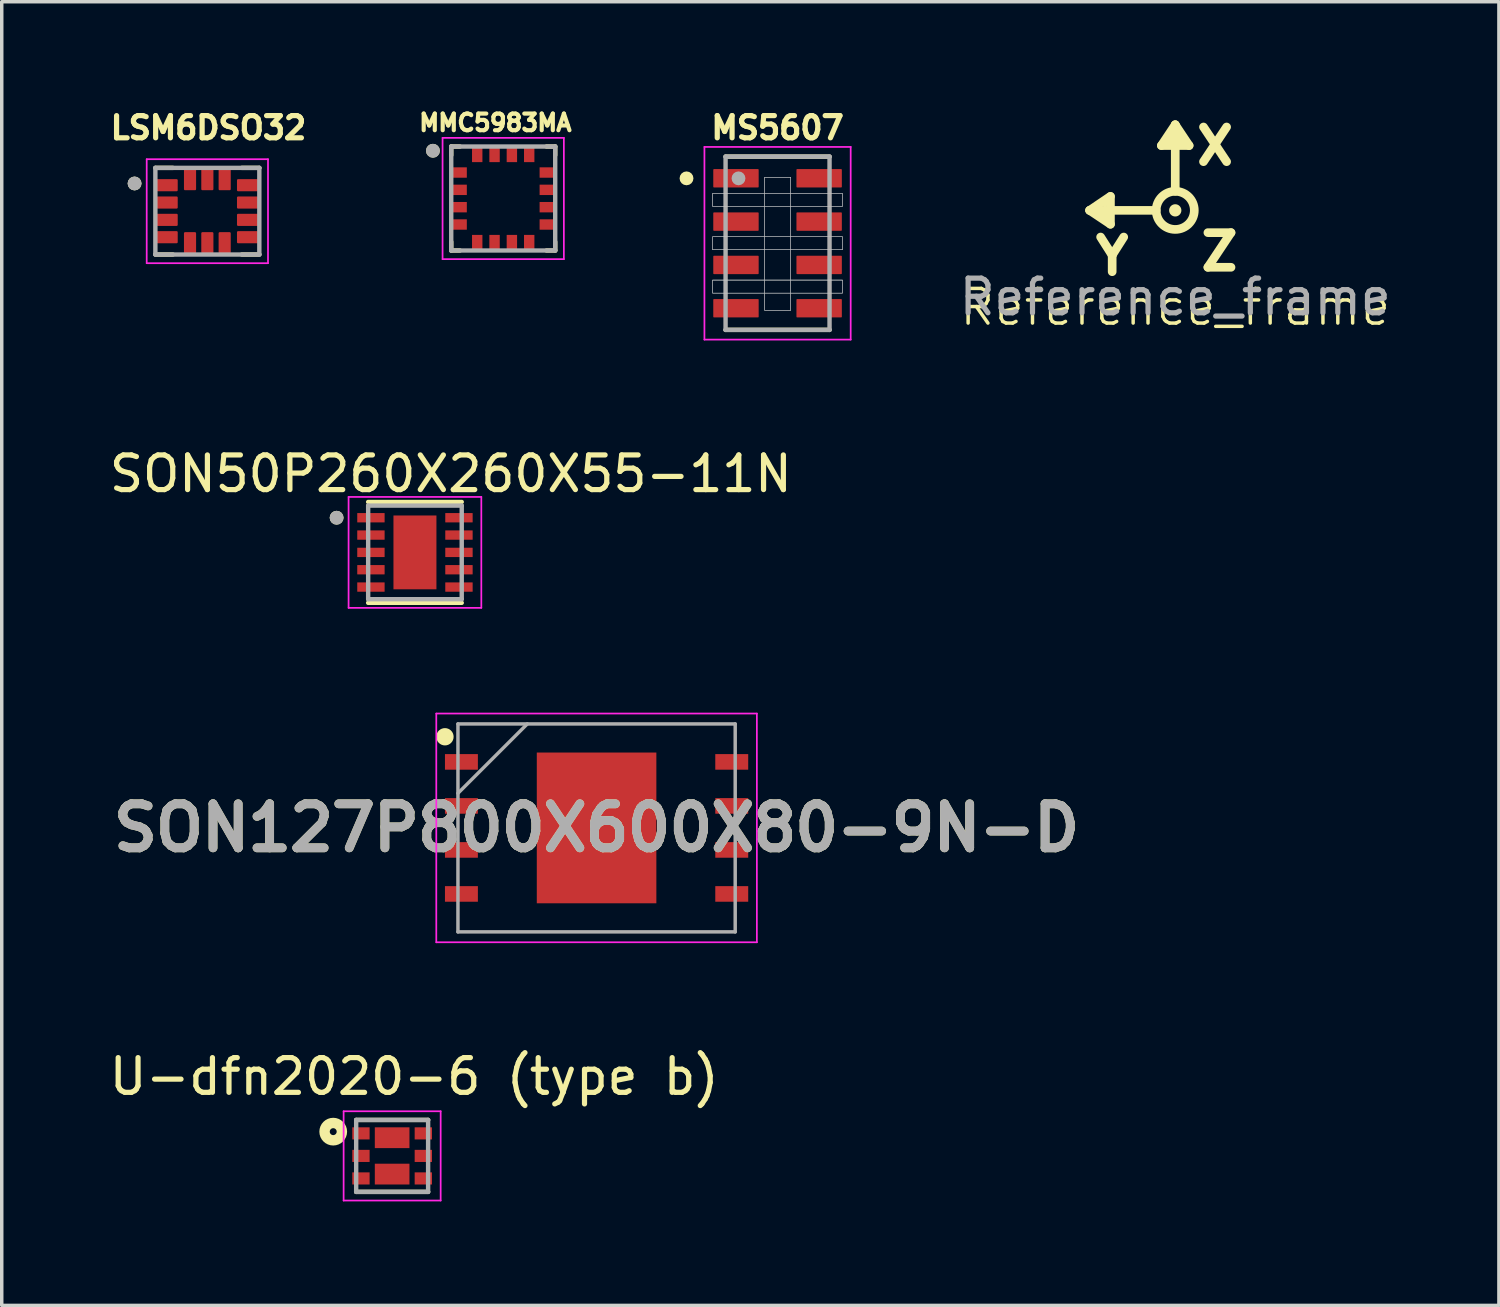
<source format=kicad_pcb>
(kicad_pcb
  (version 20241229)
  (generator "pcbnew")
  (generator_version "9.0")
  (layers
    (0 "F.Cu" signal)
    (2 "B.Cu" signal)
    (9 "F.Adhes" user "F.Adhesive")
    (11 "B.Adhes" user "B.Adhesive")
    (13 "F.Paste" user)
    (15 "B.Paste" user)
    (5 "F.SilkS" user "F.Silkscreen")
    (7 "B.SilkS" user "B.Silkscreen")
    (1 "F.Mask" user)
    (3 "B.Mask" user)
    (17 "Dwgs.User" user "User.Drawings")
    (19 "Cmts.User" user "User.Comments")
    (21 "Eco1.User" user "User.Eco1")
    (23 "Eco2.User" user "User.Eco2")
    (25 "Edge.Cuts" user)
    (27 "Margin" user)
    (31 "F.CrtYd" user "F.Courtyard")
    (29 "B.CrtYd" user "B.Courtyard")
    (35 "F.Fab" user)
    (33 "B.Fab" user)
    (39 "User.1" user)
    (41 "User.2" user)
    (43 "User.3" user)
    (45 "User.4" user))
  (footprint "SON127P800X600X80-9N-D"
    (layer "F.Cu")
    (at 14.164 20.839)
    (property "Reference" "SON127P800X600X80-9N-D" (at 0 0 0) (layer "F.SilkS") (effects (font (size 1.27 1.27) (thickness 0.254))))
    (attr smd)
    (fp_circle (center -4.375 -2.63) (end -4.375 -2.505) (stroke (width 0.25) (type solid)) (fill no) (layer "F.SilkS"))
    (fp_line (start -4.625 -3.3) (end 4.625 -3.3) (stroke (width 0.05) (type solid)) (layer "F.CrtYd"))
    (fp_line (start -4.625 3.3) (end -4.625 -3.3) (stroke (width 0.05) (type solid)) (layer "F.CrtYd"))
    (fp_line (start 4.625 -3.3) (end 4.625 3.3) (stroke (width 0.05) (type solid)) (layer "F.CrtYd"))
    (fp_line (start 4.625 3.3) (end -4.625 3.3) (stroke (width 0.05) (type solid)) (layer "F.CrtYd"))
    (fp_line (start -4 -3) (end 4 -3) (stroke (width 0.1) (type solid)) (layer "F.Fab"))
    (fp_line (start -4 -1) (end -2 -3) (stroke (width 0.1) (type solid)) (layer "F.Fab"))
    (fp_line (start -4 3) (end -4 -3) (stroke (width 0.1) (type solid)) (layer "F.Fab"))
    (fp_line (start 4 -3) (end 4 3) (stroke (width 0.1) (type solid)) (layer "F.Fab"))
    (fp_line (start 4 3) (end -4 3) (stroke (width 0.1) (type solid)) (layer "F.Fab"))
    (fp_text user "${REFERENCE}" (at 0 0 0) (layer "F.Fab") (effects (font (size 1.27 1.27) (thickness 0.254))))
    (pad "1" smd rect (at -3.9 -1.905 90) (size 0.45 0.95) (layers "F.Cu" "F.Mask" "F.Paste"))
    (pad "2" smd rect (at -3.9 -0.635 90) (size 0.45 0.95) (layers "F.Cu" "F.Mask" "F.Paste"))
    (pad "3" smd rect (at -3.9 0.635 90) (size 0.45 0.95) (layers "F.Cu" "F.Mask" "F.Paste"))
    (pad "4" smd rect (at -3.9 1.905 90) (size 0.45 0.95) (layers "F.Cu" "F.Mask" "F.Paste"))
    (pad "5" smd rect (at 3.9 1.905 90) (size 0.45 0.95) (layers "F.Cu" "F.Mask" "F.Paste"))
    (pad "6" smd rect (at 3.9 0.635 90) (size 0.45 0.95) (layers "F.Cu" "F.Mask" "F.Paste"))
    (pad "7" smd rect (at 3.9 -0.635 90) (size 0.45 0.95) (layers "F.Cu" "F.Mask" "F.Paste"))
    (pad "8" smd rect (at 3.9 -1.905 90) (size 0.45 0.95) (layers "F.Cu" "F.Mask" "F.Paste"))
    (pad "9" smd rect (at 0 0) (size 3.45 4.35) (layers "F.Cu" "F.Mask" "F.Paste")))
  (footprint "SON50P260X260X55-11N"
    (layer "F.Cu")
    (at 8.923 12.889)
    (property "Reference" "SON50P260X260X55-11N" (at 1.035 -2.267 0) (layer "F.SilkS") (effects (font (size 1 1) (thickness 0.15))))
    (attr through_hole)
    (fp_line (start -1.35 -1.455) (end 1.35 -1.455) (stroke (width 0.127) (type solid)) (layer "F.SilkS"))
    (fp_line (start -1.35 1.455) (end 1.35 1.455) (stroke (width 0.127) (type solid)) (layer "F.SilkS"))
    (fp_circle (center -2.26 -1) (end -2.16 -1) (stroke (width 0.2) (type solid)) (fill no) (layer "F.SilkS"))
    (fp_poly (pts (xy -0.39 -0.67) (xy 0.39 -0.67) (xy 0.39 0.67) (xy -0.39 0.67)) (stroke (width 0.01) (type solid)) (fill yes) (layer "F.Paste"))
    (fp_line (start -1.915 -1.6) (end -1.915 1.6) (stroke (width 0.05) (type solid)) (layer "F.CrtYd"))
    (fp_line (start -1.915 -1.6) (end 1.915 -1.6) (stroke (width 0.05) (type solid)) (layer "F.CrtYd"))
    (fp_line (start -1.915 1.6) (end 1.915 1.6) (stroke (width 0.05) (type solid)) (layer "F.CrtYd"))
    (fp_line (start 1.915 -1.6) (end 1.915 1.6) (stroke (width 0.05) (type solid)) (layer "F.CrtYd"))
    (fp_line (start -1.35 -1.35) (end -1.35 1.35) (stroke (width 0.127) (type solid)) (layer "F.Fab"))
    (fp_line (start -1.35 -1.35) (end 1.35 -1.35) (stroke (width 0.127) (type solid)) (layer "F.Fab"))
    (fp_line (start -1.35 1.35) (end 1.35 1.35) (stroke (width 0.127) (type solid)) (layer "F.Fab"))
    (fp_line (start 1.35 -1.35) (end 1.35 1.35) (stroke (width 0.127) (type solid)) (layer "F.Fab"))
    (fp_circle (center -2.26 -1) (end -2.16 -1) (stroke (width 0.2) (type solid)) (fill no) (layer "F.Fab"))
    (pad "1" smd roundrect (at -1.27 -1) (size 0.79 0.27) (layers "F.Cu" "F.Mask" "F.Paste") (roundrect_rratio 0.03))
    (pad "2" smd roundrect (at -1.27 -0.5) (size 0.79 0.27) (layers "F.Cu" "F.Mask" "F.Paste") (roundrect_rratio 0.03))
    (pad "3" smd roundrect (at -1.27 0) (size 0.79 0.27) (layers "F.Cu" "F.Mask" "F.Paste") (roundrect_rratio 0.03))
    (pad "4" smd roundrect (at -1.27 0.5) (size 0.79 0.27) (layers "F.Cu" "F.Mask" "F.Paste") (roundrect_rratio 0.03))
    (pad "5" smd roundrect (at -1.27 1) (size 0.79 0.27) (layers "F.Cu" "F.Mask" "F.Paste") (roundrect_rratio 0.03))
    (pad "6" smd roundrect (at 1.27 1) (size 0.79 0.27) (layers "F.Cu" "F.Mask" "F.Paste") (roundrect_rratio 0.03))
    (pad "7" smd roundrect (at 1.27 0.5) (size 0.79 0.27) (layers "F.Cu" "F.Mask" "F.Paste") (roundrect_rratio 0.03))
    (pad "8" smd roundrect (at 1.27 0) (size 0.79 0.27) (layers "F.Cu" "F.Mask" "F.Paste") (roundrect_rratio 0.03))
    (pad "9" smd roundrect (at 1.27 -0.5) (size 0.79 0.27) (layers "F.Cu" "F.Mask" "F.Paste") (roundrect_rratio 0.03))
    (pad "10" smd roundrect (at 1.27 -1) (size 0.79 0.27) (layers "F.Cu" "F.Mask" "F.Paste") (roundrect_rratio 0.03))
    (pad "11" smd rect (at 0 0) (size 1.24 2.13) (layers "F.Cu" "F.Mask")))
  (footprint "MMC5983MA"
    (layer "F.Cu")
    (at 11.47 2.678)
    (property "Reference" "MMC5983MA" (at -0.226 -2.187 0) (layer "F.SilkS") (effects (font (size 0.48 0.48) (thickness 0.15))))
    (attr through_hole)
    (fp_line (start -1.5 -1.5) (end -1.25 -1.5) (stroke (width 0.127) (type solid)) (layer "F.SilkS"))
    (fp_line (start -1.5 -1.25) (end -1.5 -1.5) (stroke (width 0.127) (type solid)) (layer "F.SilkS"))
    (fp_line (start -1.5 1.5) (end -1.5 1.25) (stroke (width 0.127) (type solid)) (layer "F.SilkS"))
    (fp_line (start -1.25 1.5) (end -1.5 1.5) (stroke (width 0.127) (type solid)) (layer "F.SilkS"))
    (fp_line (start 1.25 -1.5) (end 1.5 -1.5) (stroke (width 0.127) (type solid)) (layer "F.SilkS"))
    (fp_line (start 1.5 -1.5) (end 1.5 -1.25) (stroke (width 0.127) (type solid)) (layer "F.SilkS"))
    (fp_line (start 1.5 1.25) (end 1.5 1.5) (stroke (width 0.127) (type solid)) (layer "F.SilkS"))
    (fp_line (start 1.5 1.5) (end 1.25 1.5) (stroke (width 0.127) (type solid)) (layer "F.SilkS"))
    (fp_circle (center -2.028 -1.378) (end -1.928 -1.378) (stroke (width 0.2) (type solid)) (fill no) (layer "F.SilkS"))
    (fp_line (start -1.75 -1.75) (end 1.75 -1.75) (stroke (width 0.05) (type solid)) (layer "F.CrtYd"))
    (fp_line (start -1.75 1.75) (end -1.75 -1.75) (stroke (width 0.05) (type solid)) (layer "F.CrtYd"))
    (fp_line (start 1.75 -1.75) (end 1.75 1.75) (stroke (width 0.05) (type solid)) (layer "F.CrtYd"))
    (fp_line (start 1.75 1.75) (end -1.75 1.75) (stroke (width 0.05) (type solid)) (layer "F.CrtYd"))
    (fp_line (start -1.5 -1.5) (end 1.5 -1.5) (stroke (width 0.127) (type solid)) (layer "F.Fab"))
    (fp_line (start -1.5 1.5) (end -1.5 -1.5) (stroke (width 0.127) (type solid)) (layer "F.Fab"))
    (fp_line (start 1.5 -1.5) (end 1.5 1.5) (stroke (width 0.127) (type solid)) (layer "F.Fab"))
    (fp_line (start 1.5 1.5) (end -1.5 1.5) (stroke (width 0.127) (type solid)) (layer "F.Fab"))
    (fp_circle (center -2.028 -1.378) (end -1.928 -1.378) (stroke (width 0.2) (type solid)) (fill no) (layer "F.Fab"))
    (pad "1" smd rect (at -1.275 -0.75) (size 0.45 0.3) (layers "F.Cu" "F.Mask" "F.Paste"))
    (pad "2" smd rect (at -1.275 -0.25) (size 0.45 0.3) (layers "F.Cu" "F.Mask" "F.Paste"))
    (pad "3" smd rect (at -1.275 0.25) (size 0.45 0.3) (layers "F.Cu" "F.Mask" "F.Paste"))
    (pad "4" smd rect (at -1.275 0.75) (size 0.45 0.3) (layers "F.Cu" "F.Mask" "F.Paste"))
    (pad "5" smd rect (at -0.75 1.275) (size 0.3 0.45) (layers "F.Cu" "F.Mask" "F.Paste"))
    (pad "6" smd rect (at -0.25 1.275) (size 0.3 0.45) (layers "F.Cu" "F.Mask" "F.Paste"))
    (pad "7" smd rect (at 0.25 1.275) (size 0.3 0.45) (layers "F.Cu" "F.Mask" "F.Paste"))
    (pad "8" smd rect (at 0.75 1.275) (size 0.3 0.45) (layers "F.Cu" "F.Mask" "F.Paste"))
    (pad "9" smd rect (at 1.275 0.75) (size 0.45 0.3) (layers "F.Cu" "F.Mask" "F.Paste"))
    (pad "10" smd rect (at 1.275 0.25) (size 0.45 0.3) (layers "F.Cu" "F.Mask" "F.Paste"))
    (pad "11" smd rect (at 1.275 -0.25) (size 0.45 0.3) (layers "F.Cu" "F.Mask" "F.Paste"))
    (pad "12" smd rect (at 1.275 -0.75) (size 0.45 0.3) (layers "F.Cu" "F.Mask" "F.Paste"))
    (pad "13" smd rect (at 0.75 -1.275) (size 0.3 0.45) (layers "F.Cu" "F.Mask" "F.Paste"))
    (pad "14" smd rect (at 0.25 -1.275) (size 0.3 0.45) (layers "F.Cu" "F.Mask" "F.Paste"))
    (pad "15" smd rect (at -0.25 -1.275) (size 0.3 0.45) (layers "F.Cu" "F.Mask" "F.Paste"))
    (pad "16" smd rect (at -0.75 -1.275) (size 0.3 0.45) (layers "F.Cu" "F.Mask" "F.Paste")))
  (footprint "U-dfn2020-6 (type b)"
    (layer "F.Cu")
    (at 8.265 30.303)
    (property "Reference" "U-dfn2020-6 (type b)" (at 0.636 -2.29 0) (layer "F.SilkS") (effects (font (size 1.002 1.002) (thickness 0.15))))
    (attr through_hole)
    (fp_line (start -1.038 -1.038) (end 1.038 -1.038) (stroke (width 0.127) (type solid)) (layer "F.SilkS"))
    (fp_line (start 1.038 1.038) (end -1.038 1.038) (stroke (width 0.127) (type solid)) (layer "F.SilkS"))
    (fp_circle (center -1.7 -0.7) (end -1.6 -0.7) (stroke (width 0.3) (type solid)) (fill no) (layer "F.SilkS"))
    (fp_line (start -1.4 -1.288) (end 1.4 -1.288) (stroke (width 0.05) (type solid)) (layer "F.CrtYd"))
    (fp_line (start -1.4 1.288) (end -1.4 -1.288) (stroke (width 0.05) (type solid)) (layer "F.CrtYd"))
    (fp_line (start 1.4 -1.288) (end 1.4 1.288) (stroke (width 0.05) (type solid)) (layer "F.CrtYd"))
    (fp_line (start 1.4 1.288) (end -1.4 1.288) (stroke (width 0.05) (type solid)) (layer "F.CrtYd"))
    (fp_line (start -1.038 -1.038) (end 1.038 -1.038) (stroke (width 0.127) (type solid)) (layer "F.Fab"))
    (fp_line (start -1.038 1.038) (end -1.038 -1.038) (stroke (width 0.127) (type solid)) (layer "F.Fab"))
    (fp_line (start 1.038 -1.038) (end 1.038 1.038) (stroke (width 0.127) (type solid)) (layer "F.Fab"))
    (fp_line (start 1.038 1.038) (end -1.038 1.038) (stroke (width 0.127) (type solid)) (layer "F.Fab"))
    (pad "1" smd rect (at -0.9 -0.65) (size 0.5 0.35) (layers "F.Cu" "F.Mask" "F.Paste"))
    (pad "2" smd rect (at -0.9 0) (size 0.5 0.35) (layers "F.Cu" "F.Mask" "F.Paste"))
    (pad "3" smd rect (at -0.9 0.65) (size 0.5 0.35) (layers "F.Cu" "F.Mask" "F.Paste"))
    (pad "4" smd rect (at 0.9 0.65) (size 0.5 0.35) (layers "F.Cu" "F.Mask" "F.Paste"))
    (pad "5" smd rect (at 0.9 0) (size 0.5 0.35) (layers "F.Cu" "F.Mask" "F.Paste"))
    (pad "6" smd rect (at 0.9 -0.65) (size 0.5 0.35) (layers "F.Cu" "F.Mask" "F.Paste"))
    (pad "7" smd rect (at 0 -0.525 270) (size 0.6 1) (layers "F.Cu" "F.Mask" "F.Paste"))
    (pad "8" smd rect (at 0 0.525 270) (size 0.6 1) (layers "F.Cu" "F.Mask" "F.Paste")))
  (footprint "Reference_frame"
    (layer "F.Cu")
    (at 30.861 3.02)
    (property "Reference" "Reference_frame" (at 0 2.794 0) (unlocked yes) (layer "F.SilkS") (effects (font (size 1 1) (thickness 0.1))))
    (attr smd)
    (fp_line (start -2.47 0) (end -1.87 -0.405) (stroke (width 0.25) (type solid)) (layer "F.SilkS"))
    (fp_line (start -1.905 0.381) (end -2.105 -0.019) (stroke (width 0.15) (type default)) (layer "F.SilkS"))
    (fp_line (start -1.87 -0.4) (end -2.032 -0.127) (stroke (width 0.1) (type default)) (layer "F.SilkS"))
    (fp_line (start -1.87 -0.4) (end -1.87 0.4) (stroke (width 0.25) (type solid)) (layer "F.SilkS"))
    (fp_line (start -1.87 0.4) (end -2.47 0) (stroke (width 0.25) (type solid)) (layer "F.SilkS"))
    (fp_line (start -0.55 0) (end -2.47 0) (stroke (width 0.25) (type solid)) (layer "F.SilkS"))
    (fp_line (start -0.4 -1.87) (end 0 -2.07) (stroke (width 0.15) (type default)) (layer "F.SilkS"))
    (fp_line (start -0.4 -1.87) (end 0.4 -1.87) (stroke (width 0.25) (type solid)) (layer "F.SilkS"))
    (fp_line (start 0 -2.47) (end -0.4 -1.87) (stroke (width 0.25) (type solid)) (layer "F.SilkS"))
    (fp_line (start 0 -2.47) (end 0 -0.55) (stroke (width 0.25) (type solid)) (layer "F.SilkS"))
    (fp_line (start 0 -2.07) (end 0.4 -1.87) (stroke (width 0.15) (type default)) (layer "F.SilkS"))
    (fp_line (start 0.4 -1.87) (end 0 -2.47) (stroke (width 0.25) (type solid)) (layer "F.SilkS"))
    (fp_circle (center 0 0) (end 0.127 0) (stroke (width 0.1) (type solid)) (fill yes) (layer "F.SilkS"))
    (fp_circle (center 0 0) (end 0.55 0) (stroke (width 0.25) (type solid)) (fill no) (layer "F.SilkS"))
    (fp_text user "Y" (at -2.413 1.905 0) (unlocked yes) (layer "F.SilkS") (effects (font (size 1 1) (thickness 0.25) (bold yes)) (justify left bottom)))
    (fp_text user "X" (at 0.508 -1.27 0) (unlocked yes) (layer "F.SilkS") (effects (font (size 1 1) (thickness 0.25) (bold yes)) (justify left bottom)))
    (fp_text user "Z" (at 0.635 1.778 0) (unlocked yes) (layer "F.SilkS") (effects (font (size 1 1) (thickness 0.25) (bold yes)) (justify left bottom)))
    (fp_text user "${REFERENCE}" (at 0 2.5 0) (unlocked yes) (layer "F.Fab") (effects (font (size 1 1) (thickness 0.15)))))
  (footprint "MS5607"
    (layer "F.Cu")
    (at 19.386 3.969)
    (property "Reference" "MS5607" (at -0.000003 -3.331 0) (layer "F.SilkS") (effects (font (size 0.641 0.641) (thickness 0.15))))
    (attr through_hole)
    (fp_line (start -1.5 -2.5) (end 1.5 -2.5) (stroke (width 0.127) (type solid)) (layer "F.SilkS"))
    (fp_line (start -1.5 2.5) (end 1.5 2.5) (stroke (width 0.127) (type solid)) (layer "F.SilkS"))
    (fp_circle (center -2.627 -1.873) (end -2.527 -1.873) (stroke (width 0.2) (type solid)) (fill no) (layer "F.SilkS"))
    (fp_poly (pts (xy -1.878 -1.438) (xy 1.875 -1.438) (xy 1.875 -1.064) (xy -1.878 -1.064)) (stroke (width 0.01) (type solid)) (fill no) (layer "Dwgs.User"))
    (fp_poly (pts (xy -1.877 -1.438) (xy 1.875 -1.438) (xy 1.875 -1.064) (xy -1.877 -1.064)) (stroke (width 0.01) (type solid)) (fill no) (layer "Dwgs.User"))
    (fp_poly (pts (xy -1.877 -0.188) (xy 1.875 -0.188) (xy 1.875 0.188) (xy -1.877 0.188)) (stroke (width 0.01) (type solid)) (fill no) (layer "Dwgs.User"))
    (fp_poly (pts (xy -1.877 1.062) (xy 1.875 1.062) (xy 1.875 1.439) (xy -1.877 1.439)) (stroke (width 0.01) (type solid)) (fill no) (layer "Dwgs.User"))
    (fp_poly (pts (xy -1.877 -1.438) (xy 1.875 -1.438) (xy 1.875 -1.063) (xy -1.877 -1.063)) (stroke (width 0.01) (type solid)) (fill no) (layer "Dwgs.User"))
    (fp_poly (pts (xy -1.877 -0.188) (xy 1.875 -0.188) (xy 1.875 0.188) (xy -1.877 0.188)) (stroke (width 0.01) (type solid)) (fill no) (layer "Dwgs.User"))
    (fp_poly (pts (xy -1.877 1.062) (xy 1.875 1.062) (xy 1.875 1.439) (xy -1.877 1.439)) (stroke (width 0.01) (type solid)) (fill no) (layer "Dwgs.User"))
    (fp_poly (pts (xy -1.876 -0.188) (xy 1.875 -0.188) (xy 1.875 0.188) (xy -1.876 0.188)) (stroke (width 0.01) (type solid)) (fill no) (layer "Dwgs.User"))
    (fp_poly (pts (xy -1.875 1.062) (xy 1.875 1.062) (xy 1.875 1.438) (xy -1.875 1.438)) (stroke (width 0.01) (type solid)) (fill no) (layer "Dwgs.User"))
    (fp_poly (pts (xy -0.376 -1.905) (xy 0.381 -1.905) (xy 0.381 1.937) (xy -0.376 1.937)) (stroke (width 0.01) (type solid)) (fill no) (layer "Dwgs.User"))
    (fp_poly (pts (xy -0.375 -1.905) (xy 0.381 -1.905) (xy 0.381 1.936) (xy -0.375 1.936)) (stroke (width 0.01) (type solid)) (fill no) (layer "Dwgs.User"))
    (fp_poly (pts (xy -0.375 -1.905) (xy 0.381 -1.905) (xy 0.381 1.934) (xy -0.375 1.934)) (stroke (width 0.01) (type solid)) (fill no) (layer "Dwgs.User"))
    (fp_line (start -2.11 -2.78) (end -2.11 2.78) (stroke (width 0.05) (type solid)) (layer "F.CrtYd"))
    (fp_line (start -2.11 2.78) (end 2.11 2.78) (stroke (width 0.05) (type solid)) (layer "F.CrtYd"))
    (fp_line (start 2.11 -2.78) (end -2.11 -2.78) (stroke (width 0.05) (type solid)) (layer "F.CrtYd"))
    (fp_line (start 2.11 2.78) (end 2.11 -2.78) (stroke (width 0.05) (type solid)) (layer "F.CrtYd"))
    (fp_line (start -1.5 -2.5) (end -1.5 2.5) (stroke (width 0.127) (type solid)) (layer "F.Fab"))
    (fp_line (start -1.5 2.5) (end 1.5 2.5) (stroke (width 0.127) (type solid)) (layer "F.Fab"))
    (fp_line (start 1.5 -2.5) (end -1.5 -2.5) (stroke (width 0.127) (type solid)) (layer "F.Fab"))
    (fp_line (start 1.5 2.5) (end 1.5 -2.5) (stroke (width 0.127) (type solid)) (layer "F.Fab"))
    (fp_circle (center -1.127 -1.873) (end -1.027 -1.873) (stroke (width 0.2) (type solid)) (fill no) (layer "F.Fab"))
    (pad "1" smd roundrect (at -1.2 -1.875) (size 1.31 0.53) (layers "F.Cu" "F.Mask" "F.Paste") (roundrect_rratio 0.04))
    (pad "2" smd roundrect (at -1.2 -0.625) (size 1.31 0.53) (layers "F.Cu" "F.Mask" "F.Paste") (roundrect_rratio 0.04))
    (pad "3" smd roundrect (at -1.2 0.625) (size 1.31 0.53) (layers "F.Cu" "F.Mask" "F.Paste") (roundrect_rratio 0.04))
    (pad "4" smd roundrect (at -1.2 1.875) (size 1.31 0.53) (layers "F.Cu" "F.Mask" "F.Paste") (roundrect_rratio 0.04))
    (pad "5" smd roundrect (at 1.2 1.875) (size 1.31 0.53) (layers "F.Cu" "F.Mask" "F.Paste") (roundrect_rratio 0.04))
    (pad "6" smd roundrect (at 1.2 0.625) (size 1.31 0.53) (layers "F.Cu" "F.Mask" "F.Paste") (roundrect_rratio 0.04))
    (pad "7" smd roundrect (at 1.2 -0.625) (size 1.31 0.53) (layers "F.Cu" "F.Mask" "F.Paste") (roundrect_rratio 0.04))
    (pad "8" smd roundrect (at 1.2 -1.875) (size 1.31 0.53) (layers "F.Cu" "F.Mask" "F.Paste") (roundrect_rratio 0.04)))
  (footprint "LSM6DSO32"
    (layer "F.Cu")
    (at 2.933 3.044)
    (property "Reference" "LSM6DSO32" (at 0.032 -2.406 0) (layer "F.SilkS") (effects (font (size 0.64 0.64) (thickness 0.15))))
    (attr through_hole)
    (fp_line (start -1.5 -1.25) (end -0.995 -1.25) (stroke (width 0.127) (type solid)) (layer "F.SilkS"))
    (fp_line (start -1.5 1.25) (end -0.995 1.25) (stroke (width 0.127) (type solid)) (layer "F.SilkS"))
    (fp_line (start 1.5 -1.25) (end 0.995 -1.25) (stroke (width 0.127) (type solid)) (layer "F.SilkS"))
    (fp_line (start 1.5 1.25) (end 0.995 1.25) (stroke (width 0.127) (type solid)) (layer "F.SilkS"))
    (fp_circle (center -2.1 -0.8) (end -2 -0.8) (stroke (width 0.2) (type solid)) (fill no) (layer "F.SilkS"))
    (fp_line (start -1.75 -1.5) (end 1.75 -1.5) (stroke (width 0.05) (type solid)) (layer "F.CrtYd"))
    (fp_line (start -1.75 1.5) (end -1.75 -1.5) (stroke (width 0.05) (type solid)) (layer "F.CrtYd"))
    (fp_line (start 1.75 -1.5) (end 1.75 1.5) (stroke (width 0.05) (type solid)) (layer "F.CrtYd"))
    (fp_line (start 1.75 1.5) (end -1.75 1.5) (stroke (width 0.05) (type solid)) (layer "F.CrtYd"))
    (fp_line (start -1.5 -1.25) (end -1.5 1.25) (stroke (width 0.127) (type solid)) (layer "F.Fab"))
    (fp_line (start -1.5 1.25) (end 1.5 1.25) (stroke (width 0.127) (type solid)) (layer "F.Fab"))
    (fp_line (start 1.5 -1.25) (end -1.5 -1.25) (stroke (width 0.127) (type solid)) (layer "F.Fab"))
    (fp_line (start 1.5 1.25) (end 1.5 -1.25) (stroke (width 0.127) (type solid)) (layer "F.Fab"))
    (fp_circle (center -2.1 -0.8) (end -2 -0.8) (stroke (width 0.2) (type solid)) (fill no) (layer "F.Fab"))
    (pad "1" smd roundrect (at -1.16 -0.75) (size 0.61 0.35) (layers "F.Cu" "F.Mask" "F.Paste") (roundrect_rratio 0.09))
    (pad "2" smd roundrect (at -1.16 -0.25) (size 0.61 0.35) (layers "F.Cu" "F.Mask" "F.Paste") (roundrect_rratio 0.09))
    (pad "3" smd roundrect (at -1.16 0.25) (size 0.61 0.35) (layers "F.Cu" "F.Mask" "F.Paste") (roundrect_rratio 0.09))
    (pad "4" smd roundrect (at -1.16 0.75) (size 0.61 0.35) (layers "F.Cu" "F.Mask" "F.Paste") (roundrect_rratio 0.09))
    (pad "5" smd roundrect (at -0.5 0.91 90) (size 0.61 0.35) (layers "F.Cu" "F.Mask" "F.Paste") (roundrect_rratio 0.09))
    (pad "6" smd roundrect (at 0 0.91 90) (size 0.61 0.35) (layers "F.Cu" "F.Mask" "F.Paste") (roundrect_rratio 0.09))
    (pad "7" smd roundrect (at 0.5 0.91 90) (size 0.61 0.35) (layers "F.Cu" "F.Mask" "F.Paste") (roundrect_rratio 0.09))
    (pad "8" smd roundrect (at 1.16 0.75 180) (size 0.61 0.35) (layers "F.Cu" "F.Mask" "F.Paste") (roundrect_rratio 0.09))
    (pad "9" smd roundrect (at 1.16 0.25 180) (size 0.61 0.35) (layers "F.Cu" "F.Mask" "F.Paste") (roundrect_rratio 0.09))
    (pad "10" smd roundrect (at 1.16 -0.25 180) (size 0.61 0.35) (layers "F.Cu" "F.Mask" "F.Paste") (roundrect_rratio 0.09))
    (pad "11" smd roundrect (at 1.16 -0.75 180) (size 0.61 0.35) (layers "F.Cu" "F.Mask" "F.Paste") (roundrect_rratio 0.09))
    (pad "12" smd roundrect (at 0.5 -0.91 270) (size 0.61 0.35) (layers "F.Cu" "F.Mask" "F.Paste") (roundrect_rratio 0.09))
    (pad "13" smd roundrect (at 0 -0.91 270) (size 0.61 0.35) (layers "F.Cu" "F.Mask" "F.Paste") (roundrect_rratio 0.09))
    (pad "14" smd roundrect (at -0.5 -0.91 270) (size 0.61 0.35) (layers "F.Cu" "F.Mask" "F.Paste") (roundrect_rratio 0.09)))
  (gr_rect
    (start -3 -3)
    (end 40.2 34.616)
    (stroke (width 0.1) (type default))
    (fill no)
    (layer "Edge.Cuts")))
</source>
